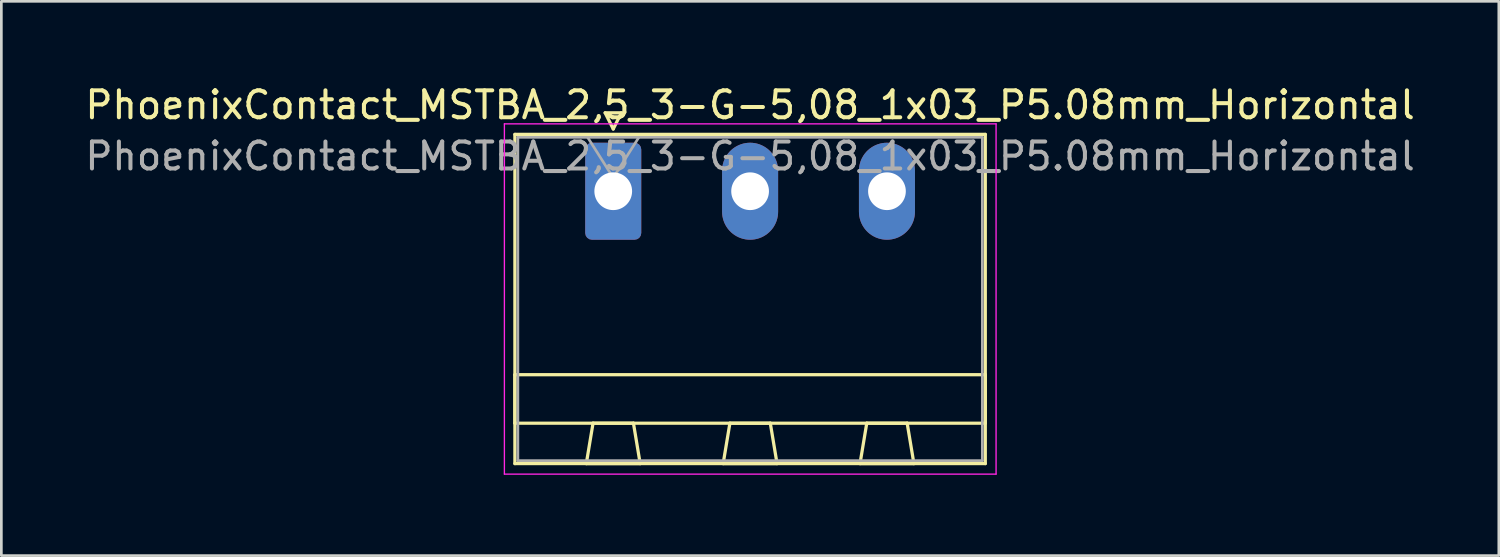
<source format=kicad_pcb>
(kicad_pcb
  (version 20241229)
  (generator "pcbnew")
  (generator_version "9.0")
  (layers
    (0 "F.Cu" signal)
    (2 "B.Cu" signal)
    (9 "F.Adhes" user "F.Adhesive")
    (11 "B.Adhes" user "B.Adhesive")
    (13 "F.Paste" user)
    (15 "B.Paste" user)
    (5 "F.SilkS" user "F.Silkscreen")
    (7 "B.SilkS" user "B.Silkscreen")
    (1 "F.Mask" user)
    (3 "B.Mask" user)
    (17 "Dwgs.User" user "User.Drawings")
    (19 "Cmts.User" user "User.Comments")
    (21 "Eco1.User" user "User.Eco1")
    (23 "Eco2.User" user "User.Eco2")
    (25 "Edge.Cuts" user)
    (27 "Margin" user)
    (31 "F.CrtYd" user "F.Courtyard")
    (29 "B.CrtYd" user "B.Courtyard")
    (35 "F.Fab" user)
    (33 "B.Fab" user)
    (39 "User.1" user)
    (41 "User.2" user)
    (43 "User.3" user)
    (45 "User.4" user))
  (footprint "PhoenixContact_MSTBA_2,5_3-G-5,08_1x03_P5.08mm_Horizontal"
    (layer "F.Cu")
    (at 19.712 4.048)
    (property "Reference" "PhoenixContact_MSTBA_2,5_3-G-5,08_1x03_P5.08mm_Horizontal" (at 5.08 -3.2 0) (layer "F.SilkS") (effects (font (size 1 1) (thickness 0.15))))
    (attr through_hole)
    (fp_line (start -3.65 -2.11) (end -3.65 10.11) (stroke (width 0.12) (type solid)) (layer "F.SilkS"))
    (fp_line (start -3.65 6.81) (end 13.81 6.81) (stroke (width 0.12) (type solid)) (layer "F.SilkS"))
    (fp_line (start -3.65 8.61) (end -3.65 6.81) (stroke (width 0.12) (type solid)) (layer "F.SilkS"))
    (fp_line (start -3.65 10.11) (end 13.81 10.11) (stroke (width 0.12) (type solid)) (layer "F.SilkS"))
    (fp_line (start -1 10.11) (end 1 10.11) (stroke (width 0.12) (type solid)) (layer "F.SilkS"))
    (fp_line (start -0.75 8.61) (end -1 10.11) (stroke (width 0.12) (type solid)) (layer "F.SilkS"))
    (fp_line (start -0.3 -2.91) (end 0.3 -2.91) (stroke (width 0.12) (type solid)) (layer "F.SilkS"))
    (fp_line (start 0 -2.31) (end -0.3 -2.91) (stroke (width 0.12) (type solid)) (layer "F.SilkS"))
    (fp_line (start 0.3 -2.91) (end 0 -2.31) (stroke (width 0.12) (type solid)) (layer "F.SilkS"))
    (fp_line (start 0.75 8.61) (end -0.75 8.61) (stroke (width 0.12) (type solid)) (layer "F.SilkS"))
    (fp_line (start 1 10.11) (end 0.75 8.61) (stroke (width 0.12) (type solid)) (layer "F.SilkS"))
    (fp_line (start 4.08 10.11) (end 6.08 10.11) (stroke (width 0.12) (type solid)) (layer "F.SilkS"))
    (fp_line (start 4.33 8.61) (end 4.08 10.11) (stroke (width 0.12) (type solid)) (layer "F.SilkS"))
    (fp_line (start 5.83 8.61) (end 4.33 8.61) (stroke (width 0.12) (type solid)) (layer "F.SilkS"))
    (fp_line (start 6.08 10.11) (end 5.83 8.61) (stroke (width 0.12) (type solid)) (layer "F.SilkS"))
    (fp_line (start 9.16 10.11) (end 11.16 10.11) (stroke (width 0.12) (type solid)) (layer "F.SilkS"))
    (fp_line (start 9.41 8.61) (end 9.16 10.11) (stroke (width 0.12) (type solid)) (layer "F.SilkS"))
    (fp_line (start 10.91 8.61) (end 9.41 8.61) (stroke (width 0.12) (type solid)) (layer "F.SilkS"))
    (fp_line (start 11.16 10.11) (end 10.91 8.61) (stroke (width 0.12) (type solid)) (layer "F.SilkS"))
    (fp_line (start 13.81 -2.11) (end -3.65 -2.11) (stroke (width 0.12) (type solid)) (layer "F.SilkS"))
    (fp_line (start 13.81 6.81) (end 13.81 8.61) (stroke (width 0.12) (type solid)) (layer "F.SilkS"))
    (fp_line (start 13.81 8.61) (end -3.65 8.61) (stroke (width 0.12) (type solid)) (layer "F.SilkS"))
    (fp_line (start 13.81 10.11) (end 13.81 -2.11) (stroke (width 0.12) (type solid)) (layer "F.SilkS"))
    (fp_line (start -4.04 -2.5) (end -4.04 10.5) (stroke (width 0.05) (type solid)) (layer "F.CrtYd"))
    (fp_line (start -4.04 10.5) (end 14.21 10.5) (stroke (width 0.05) (type solid)) (layer "F.CrtYd"))
    (fp_line (start 14.21 -2.5) (end -4.04 -2.5) (stroke (width 0.05) (type solid)) (layer "F.CrtYd"))
    (fp_line (start 14.21 10.5) (end 14.21 -2.5) (stroke (width 0.05) (type solid)) (layer "F.CrtYd"))
    (fp_line (start -3.54 -2) (end -3.54 10) (stroke (width 0.1) (type solid)) (layer "F.Fab"))
    (fp_line (start -3.54 10) (end 13.7 10) (stroke (width 0.1) (type solid)) (layer "F.Fab"))
    (fp_line (start 0 -0.5) (end -0.95 -2) (stroke (width 0.1) (type solid)) (layer "F.Fab"))
    (fp_line (start 0.95 -2) (end 0 -0.5) (stroke (width 0.1) (type solid)) (layer "F.Fab"))
    (fp_line (start 13.7 -2) (end -3.54 -2) (stroke (width 0.1) (type solid)) (layer "F.Fab"))
    (fp_line (start 13.7 10) (end 13.7 -2) (stroke (width 0.1) (type solid)) (layer "F.Fab"))
    (fp_text user "${REFERENCE}" (at 5.08 -1.3 0) (layer "F.Fab") (effects (font (size 1 1) (thickness 0.15))))
    (pad "1" thru_hole roundrect (at 0 0) (size 2.08 3.6) (drill 1.4) (layers "*.Cu" "*.Mask") (roundrect_rratio 0.12))
    (pad "2" thru_hole oval (at 5.08 0) (size 2.08 3.6) (drill 1.4) (layers "*.Cu" "*.Mask"))
    (pad "3" thru_hole oval (at 10.16 0) (size 2.08 3.6) (drill 1.4) (layers "*.Cu" "*.Mask")))
  (gr_rect
    (start -3 -3)
    (end 52.583 17.573)
    (stroke (width 0.1) (type default))
    (fill no)
    (layer "Edge.Cuts")))
</source>
